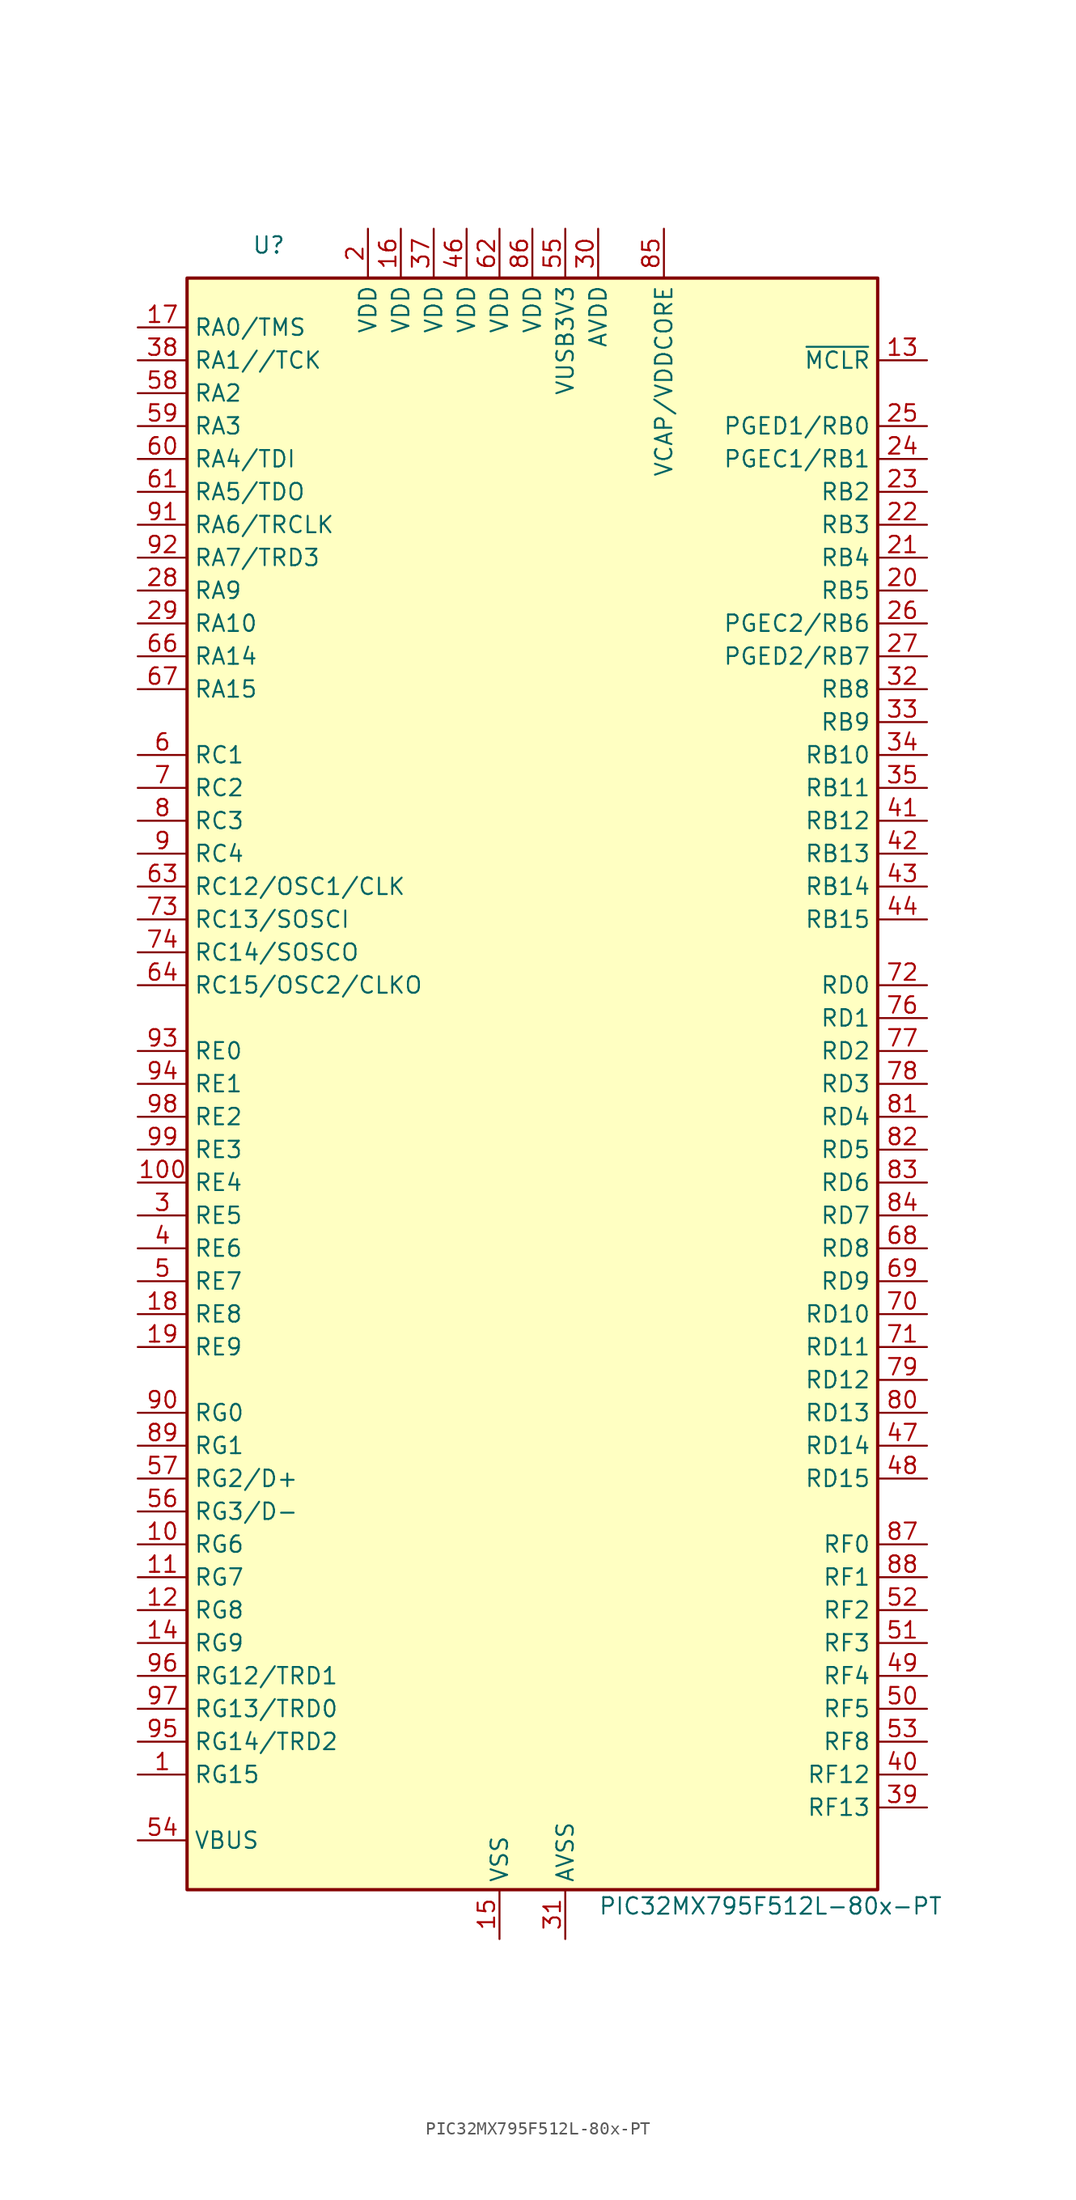
<source format=kicad_sym>
(kicad_symbol_lib
  (version 20211014)
  (generator kicad_symbol_editor)
  (symbol "PIC32MX795F512L-80x-PT"
    (property "Reference" "U"
      (at -19.05 64.77 0)
      (effects (font (size 1.27 1.27)) (justify right)))
    (property "Value" "PIC32MX795F512L-80x-PT"
      (at 5.08 -63.5 0)
      (effects (font (size 1.27 1.27)) (justify left)))
    (symbol "PIC32MX795F512L-80x-PT_1_1"
      (rectangle (start -26.67 62.23) (end 26.67 -62.23) (stroke (width 0.254) (type default) (color 0 0 0 0)) (fill (type background)))
      (pin bidirectional line (at -30.48 -53.34 0) (length 3.81) (name "RG15" (effects (font (size 1.27 1.27)))) (number "1" (effects (font (size 1.27 1.27)))))
      (pin bidirectional line (at -30.48 -35.56 0) (length 3.81) (name "RG6" (effects (font (size 1.27 1.27)))) (number "10" (effects (font (size 1.27 1.27)))))
      (pin bidirectional line (at -30.48 -7.62 0) (length 3.81) (name "RE4" (effects (font (size 1.27 1.27)))) (number "100" (effects (font (size 1.27 1.27)))))
      (pin bidirectional line (at -30.48 -38.1 0) (length 3.81) (name "RG7" (effects (font (size 1.27 1.27)))) (number "11" (effects (font (size 1.27 1.27)))))
      (pin bidirectional line (at -30.48 -40.64 0) (length 3.81) (name "RG8" (effects (font (size 1.27 1.27)))) (number "12" (effects (font (size 1.27 1.27)))))
      (pin input line (at 30.48 55.88 180) (length 3.81) (name "~{MCLR}" (effects (font (size 1.27 1.27)))) (number "13" (effects (font (size 1.27 1.27)))))
      (pin bidirectional line (at -30.48 -43.18 0) (length 3.81) (name "RG9" (effects (font (size 1.27 1.27)))) (number "14" (effects (font (size 1.27 1.27)))))
      (pin power_in line (at -2.54 -66.04 90) (length 3.81) (name "VSS" (effects (font (size 1.27 1.27)))) (number "15" (effects (font (size 1.27 1.27)))))
      (pin power_in line (at -10.16 66.04 270) (length 3.81) (name "VDD" (effects (font (size 1.27 1.27)))) (number "16" (effects (font (size 1.27 1.27)))))
      (pin bidirectional line (at -30.48 58.42 0) (length 3.81) (name "RA0/TMS" (effects (font (size 1.27 1.27)))) (number "17" (effects (font (size 1.27 1.27)))))
      (pin bidirectional line (at -30.48 -17.78 0) (length 3.81) (name "RE8" (effects (font (size 1.27 1.27)))) (number "18" (effects (font (size 1.27 1.27)))))
      (pin bidirectional line (at -30.48 -20.32 0) (length 3.81) (name "RE9" (effects (font (size 1.27 1.27)))) (number "19" (effects (font (size 1.27 1.27)))))
      (pin power_in line (at -12.7 66.04 270) (length 3.81) (name "VDD" (effects (font (size 1.27 1.27)))) (number "2" (effects (font (size 1.27 1.27)))))
      (pin bidirectional line (at 30.48 38.1 180) (length 3.81) (name "RB5" (effects (font (size 1.27 1.27)))) (number "20" (effects (font (size 1.27 1.27)))))
      (pin bidirectional line (at 30.48 40.64 180) (length 3.81) (name "RB4" (effects (font (size 1.27 1.27)))) (number "21" (effects (font (size 1.27 1.27)))))
      (pin bidirectional line (at 30.48 43.18 180) (length 3.81) (name "RB3" (effects (font (size 1.27 1.27)))) (number "22" (effects (font (size 1.27 1.27)))))
      (pin bidirectional line (at 30.48 45.72 180) (length 3.81) (name "RB2" (effects (font (size 1.27 1.27)))) (number "23" (effects (font (size 1.27 1.27)))))
      (pin bidirectional line (at 30.48 48.26 180) (length 3.81) (name "PGEC1/RB1" (effects (font (size 1.27 1.27)))) (number "24" (effects (font (size 1.27 1.27)))))
      (pin bidirectional line (at 30.48 50.8 180) (length 3.81) (name "PGED1/RB0" (effects (font (size 1.27 1.27)))) (number "25" (effects (font (size 1.27 1.27)))))
      (pin bidirectional line (at 30.48 35.56 180) (length 3.81) (name "PGEC2/RB6" (effects (font (size 1.27 1.27)))) (number "26" (effects (font (size 1.27 1.27)))))
      (pin bidirectional line (at 30.48 33.02 180) (length 3.81) (name "PGED2/RB7" (effects (font (size 1.27 1.27)))) (number "27" (effects (font (size 1.27 1.27)))))
      (pin bidirectional line (at -30.48 38.1 0) (length 3.81) (name "RA9" (effects (font (size 1.27 1.27)))) (number "28" (effects (font (size 1.27 1.27)))))
      (pin bidirectional line (at -30.48 35.56 0) (length 3.81) (name "RA10" (effects (font (size 1.27 1.27)))) (number "29" (effects (font (size 1.27 1.27)))))
      (pin bidirectional line (at -30.48 -10.16 0) (length 3.81) (name "RE5" (effects (font (size 1.27 1.27)))) (number "3" (effects (font (size 1.27 1.27)))))
      (pin power_in line (at 5.08 66.04 270) (length 3.81) (name "AVDD" (effects (font (size 1.27 1.27)))) (number "30" (effects (font (size 1.27 1.27)))))
      (pin power_in line (at 2.54 -66.04 90) (length 3.81) (name "AVSS" (effects (font (size 1.27 1.27)))) (number "31" (effects (font (size 1.27 1.27)))))
      (pin bidirectional line (at 30.48 30.48 180) (length 3.81) (name "RB8" (effects (font (size 1.27 1.27)))) (number "32" (effects (font (size 1.27 1.27)))))
      (pin bidirectional line (at 30.48 27.94 180) (length 3.81) (name "RB9" (effects (font (size 1.27 1.27)))) (number "33" (effects (font (size 1.27 1.27)))))
      (pin bidirectional line (at 30.48 25.4 180) (length 3.81) (name "RB10" (effects (font (size 1.27 1.27)))) (number "34" (effects (font (size 1.27 1.27)))))
      (pin bidirectional line (at 30.48 22.86 180) (length 3.81) (name "RB11" (effects (font (size 1.27 1.27)))) (number "35" (effects (font (size 1.27 1.27)))))
      (pin passive line (at -2.54 -66.04 90) (length 3.81) hide (name "VSS" (effects (font (size 1.27 1.27)))) (number "36" (effects (font (size 1.27 1.27)))))
      (pin power_in line (at -7.62 66.04 270) (length 3.81) (name "VDD" (effects (font (size 1.27 1.27)))) (number "37" (effects (font (size 1.27 1.27)))))
      (pin bidirectional line (at -30.48 55.88 0) (length 3.81) (name "RA1//TCK" (effects (font (size 1.27 1.27)))) (number "38" (effects (font (size 1.27 1.27)))))
      (pin bidirectional line (at 30.48 -55.88 180) (length 3.81) (name "RF13" (effects (font (size 1.27 1.27)))) (number "39" (effects (font (size 1.27 1.27)))))
      (pin bidirectional line (at -30.48 -12.7 0) (length 3.81) (name "RE6" (effects (font (size 1.27 1.27)))) (number "4" (effects (font (size 1.27 1.27)))))
      (pin bidirectional line (at 30.48 -53.34 180) (length 3.81) (name "RF12" (effects (font (size 1.27 1.27)))) (number "40" (effects (font (size 1.27 1.27)))))
      (pin bidirectional line (at 30.48 20.32 180) (length 3.81) (name "RB12" (effects (font (size 1.27 1.27)))) (number "41" (effects (font (size 1.27 1.27)))))
      (pin bidirectional line (at 30.48 17.78 180) (length 3.81) (name "RB13" (effects (font (size 1.27 1.27)))) (number "42" (effects (font (size 1.27 1.27)))))
      (pin bidirectional line (at 30.48 15.24 180) (length 3.81) (name "RB14" (effects (font (size 1.27 1.27)))) (number "43" (effects (font (size 1.27 1.27)))))
      (pin bidirectional line (at 30.48 12.7 180) (length 3.81) (name "RB15" (effects (font (size 1.27 1.27)))) (number "44" (effects (font (size 1.27 1.27)))))
      (pin passive line (at -2.54 -66.04 90) (length 3.81) hide (name "VSS" (effects (font (size 1.27 1.27)))) (number "45" (effects (font (size 1.27 1.27)))))
      (pin power_in line (at -5.08 66.04 270) (length 3.81) (name "VDD" (effects (font (size 1.27 1.27)))) (number "46" (effects (font (size 1.27 1.27)))))
      (pin bidirectional line (at 30.48 -27.94 180) (length 3.81) (name "RD14" (effects (font (size 1.27 1.27)))) (number "47" (effects (font (size 1.27 1.27)))))
      (pin bidirectional line (at 30.48 -30.48 180) (length 3.81) (name "RD15" (effects (font (size 1.27 1.27)))) (number "48" (effects (font (size 1.27 1.27)))))
      (pin bidirectional line (at 30.48 -45.72 180) (length 3.81) (name "RF4" (effects (font (size 1.27 1.27)))) (number "49" (effects (font (size 1.27 1.27)))))
      (pin bidirectional line (at -30.48 -15.24 0) (length 3.81) (name "RE7" (effects (font (size 1.27 1.27)))) (number "5" (effects (font (size 1.27 1.27)))))
      (pin bidirectional line (at 30.48 -48.26 180) (length 3.81) (name "RF5" (effects (font (size 1.27 1.27)))) (number "50" (effects (font (size 1.27 1.27)))))
      (pin bidirectional line (at 30.48 -43.18 180) (length 3.81) (name "RF3" (effects (font (size 1.27 1.27)))) (number "51" (effects (font (size 1.27 1.27)))))
      (pin bidirectional line (at 30.48 -40.64 180) (length 3.81) (name "RF2" (effects (font (size 1.27 1.27)))) (number "52" (effects (font (size 1.27 1.27)))))
      (pin bidirectional line (at 30.48 -50.8 180) (length 3.81) (name "RF8" (effects (font (size 1.27 1.27)))) (number "53" (effects (font (size 1.27 1.27)))))
      (pin input line (at -30.48 -58.42 0) (length 3.81) (name "VBUS" (effects (font (size 1.27 1.27)))) (number "54" (effects (font (size 1.27 1.27)))))
      (pin power_in line (at 2.54 66.04 270) (length 3.81) (name "VUSB3V3" (effects (font (size 1.27 1.27)))) (number "55" (effects (font (size 1.27 1.27)))))
      (pin bidirectional line (at -30.48 -33.02 0) (length 3.81) (name "RG3/D-" (effects (font (size 1.27 1.27)))) (number "56" (effects (font (size 1.27 1.27)))))
      (pin bidirectional line (at -30.48 -30.48 0) (length 3.81) (name "RG2/D+" (effects (font (size 1.27 1.27)))) (number "57" (effects (font (size 1.27 1.27)))))
      (pin bidirectional line (at -30.48 53.34 0) (length 3.81) (name "RA2" (effects (font (size 1.27 1.27)))) (number "58" (effects (font (size 1.27 1.27)))))
      (pin bidirectional line (at -30.48 50.8 0) (length 3.81) (name "RA3" (effects (font (size 1.27 1.27)))) (number "59" (effects (font (size 1.27 1.27)))))
      (pin bidirectional line (at -30.48 25.4 0) (length 3.81) (name "RC1" (effects (font (size 1.27 1.27)))) (number "6" (effects (font (size 1.27 1.27)))))
      (pin bidirectional line (at -30.48 48.26 0) (length 3.81) (name "RA4/TDI" (effects (font (size 1.27 1.27)))) (number "60" (effects (font (size 1.27 1.27)))))
      (pin bidirectional line (at -30.48 45.72 0) (length 3.81) (name "RA5/TDO" (effects (font (size 1.27 1.27)))) (number "61" (effects (font (size 1.27 1.27)))))
      (pin power_in line (at -2.54 66.04 270) (length 3.81) (name "VDD" (effects (font (size 1.27 1.27)))) (number "62" (effects (font (size 1.27 1.27)))))
      (pin bidirectional line (at -30.48 15.24 0) (length 3.81) (name "RC12/OSC1/CLK" (effects (font (size 1.27 1.27)))) (number "63" (effects (font (size 1.27 1.27)))))
      (pin bidirectional line (at -30.48 7.62 0) (length 3.81) (name "RC15/OSC2/CLKO" (effects (font (size 1.27 1.27)))) (number "64" (effects (font (size 1.27 1.27)))))
      (pin passive line (at -2.54 -66.04 90) (length 3.81) hide (name "VSS" (effects (font (size 1.27 1.27)))) (number "65" (effects (font (size 1.27 1.27)))))
      (pin bidirectional line (at -30.48 33.02 0) (length 3.81) (name "RA14" (effects (font (size 1.27 1.27)))) (number "66" (effects (font (size 1.27 1.27)))))
      (pin bidirectional line (at -30.48 30.48 0) (length 3.81) (name "RA15" (effects (font (size 1.27 1.27)))) (number "67" (effects (font (size 1.27 1.27)))))
      (pin bidirectional line (at 30.48 -12.7 180) (length 3.81) (name "RD8" (effects (font (size 1.27 1.27)))) (number "68" (effects (font (size 1.27 1.27)))))
      (pin bidirectional line (at 30.48 -15.24 180) (length 3.81) (name "RD9" (effects (font (size 1.27 1.27)))) (number "69" (effects (font (size 1.27 1.27)))))
      (pin bidirectional line (at -30.48 22.86 0) (length 3.81) (name "RC2" (effects (font (size 1.27 1.27)))) (number "7" (effects (font (size 1.27 1.27)))))
      (pin bidirectional line (at 30.48 -17.78 180) (length 3.81) (name "RD10" (effects (font (size 1.27 1.27)))) (number "70" (effects (font (size 1.27 1.27)))))
      (pin bidirectional line (at 30.48 -20.32 180) (length 3.81) (name "RD11" (effects (font (size 1.27 1.27)))) (number "71" (effects (font (size 1.27 1.27)))))
      (pin bidirectional line (at 30.48 7.62 180) (length 3.81) (name "RD0" (effects (font (size 1.27 1.27)))) (number "72" (effects (font (size 1.27 1.27)))))
      (pin bidirectional line (at -30.48 12.7 0) (length 3.81) (name "RC13/SOSCI" (effects (font (size 1.27 1.27)))) (number "73" (effects (font (size 1.27 1.27)))))
      (pin bidirectional line (at -30.48 10.16 0) (length 3.81) (name "RC14/SOSCO" (effects (font (size 1.27 1.27)))) (number "74" (effects (font (size 1.27 1.27)))))
      (pin passive line (at -2.54 -66.04 90) (length 3.81) hide (name "VSS" (effects (font (size 1.27 1.27)))) (number "75" (effects (font (size 1.27 1.27)))))
      (pin bidirectional line (at 30.48 5.08 180) (length 3.81) (name "RD1" (effects (font (size 1.27 1.27)))) (number "76" (effects (font (size 1.27 1.27)))))
      (pin bidirectional line (at 30.48 2.54 180) (length 3.81) (name "RD2" (effects (font (size 1.27 1.27)))) (number "77" (effects (font (size 1.27 1.27)))))
      (pin bidirectional line (at 30.48 0 180) (length 3.81) (name "RD3" (effects (font (size 1.27 1.27)))) (number "78" (effects (font (size 1.27 1.27)))))
      (pin bidirectional line (at 30.48 -22.86 180) (length 3.81) (name "RD12" (effects (font (size 1.27 1.27)))) (number "79" (effects (font (size 1.27 1.27)))))
      (pin bidirectional line (at -30.48 20.32 0) (length 3.81) (name "RC3" (effects (font (size 1.27 1.27)))) (number "8" (effects (font (size 1.27 1.27)))))
      (pin bidirectional line (at 30.48 -25.4 180) (length 3.81) (name "RD13" (effects (font (size 1.27 1.27)))) (number "80" (effects (font (size 1.27 1.27)))))
      (pin bidirectional line (at 30.48 -2.54 180) (length 3.81) (name "RD4" (effects (font (size 1.27 1.27)))) (number "81" (effects (font (size 1.27 1.27)))))
      (pin bidirectional line (at 30.48 -5.08 180) (length 3.81) (name "RD5" (effects (font (size 1.27 1.27)))) (number "82" (effects (font (size 1.27 1.27)))))
      (pin bidirectional line (at 30.48 -7.62 180) (length 3.81) (name "RD6" (effects (font (size 1.27 1.27)))) (number "83" (effects (font (size 1.27 1.27)))))
      (pin bidirectional line (at 30.48 -10.16 180) (length 3.81) (name "RD7" (effects (font (size 1.27 1.27)))) (number "84" (effects (font (size 1.27 1.27)))))
      (pin power_out line (at 10.16 66.04 270) (length 3.81) (name "VCAP/VDDCORE" (effects (font (size 1.27 1.27)))) (number "85" (effects (font (size 1.27 1.27)))))
      (pin power_in line (at 0 66.04 270) (length 3.81) (name "VDD" (effects (font (size 1.27 1.27)))) (number "86" (effects (font (size 1.27 1.27)))))
      (pin bidirectional line (at 30.48 -35.56 180) (length 3.81) (name "RF0" (effects (font (size 1.27 1.27)))) (number "87" (effects (font (size 1.27 1.27)))))
      (pin bidirectional line (at 30.48 -38.1 180) (length 3.81) (name "RF1" (effects (font (size 1.27 1.27)))) (number "88" (effects (font (size 1.27 1.27)))))
      (pin bidirectional line (at -30.48 -27.94 0) (length 3.81) (name "RG1" (effects (font (size 1.27 1.27)))) (number "89" (effects (font (size 1.27 1.27)))))
      (pin bidirectional line (at -30.48 17.78 0) (length 3.81) (name "RC4" (effects (font (size 1.27 1.27)))) (number "9" (effects (font (size 1.27 1.27)))))
      (pin bidirectional line (at -30.48 -25.4 0) (length 3.81) (name "RG0" (effects (font (size 1.27 1.27)))) (number "90" (effects (font (size 1.27 1.27)))))
      (pin bidirectional line (at -30.48 43.18 0) (length 3.81) (name "RA6/TRCLK" (effects (font (size 1.27 1.27)))) (number "91" (effects (font (size 1.27 1.27)))))
      (pin bidirectional line (at -30.48 40.64 0) (length 3.81) (name "RA7/TRD3" (effects (font (size 1.27 1.27)))) (number "92" (effects (font (size 1.27 1.27)))))
      (pin bidirectional line (at -30.48 2.54 0) (length 3.81) (name "RE0" (effects (font (size 1.27 1.27)))) (number "93" (effects (font (size 1.27 1.27)))))
      (pin bidirectional line (at -30.48 0 0) (length 3.81) (name "RE1" (effects (font (size 1.27 1.27)))) (number "94" (effects (font (size 1.27 1.27)))))
      (pin bidirectional line (at -30.48 -50.8 0) (length 3.81) (name "RG14/TRD2" (effects (font (size 1.27 1.27)))) (number "95" (effects (font (size 1.27 1.27)))))
      (pin bidirectional line (at -30.48 -45.72 0) (length 3.81) (name "RG12/TRD1" (effects (font (size 1.27 1.27)))) (number "96" (effects (font (size 1.27 1.27)))))
      (pin bidirectional line (at -30.48 -48.26 0) (length 3.81) (name "RG13/TRD0" (effects (font (size 1.27 1.27)))) (number "97" (effects (font (size 1.27 1.27)))))
      (pin bidirectional line (at -30.48 -2.54 0) (length 3.81) (name "RE2" (effects (font (size 1.27 1.27)))) (number "98" (effects (font (size 1.27 1.27)))))
      (pin bidirectional line (at -30.48 -5.08 0) (length 3.81) (name "RE3" (effects (font (size 1.27 1.27)))) (number "99" (effects (font (size 1.27 1.27))))))))
</source>
